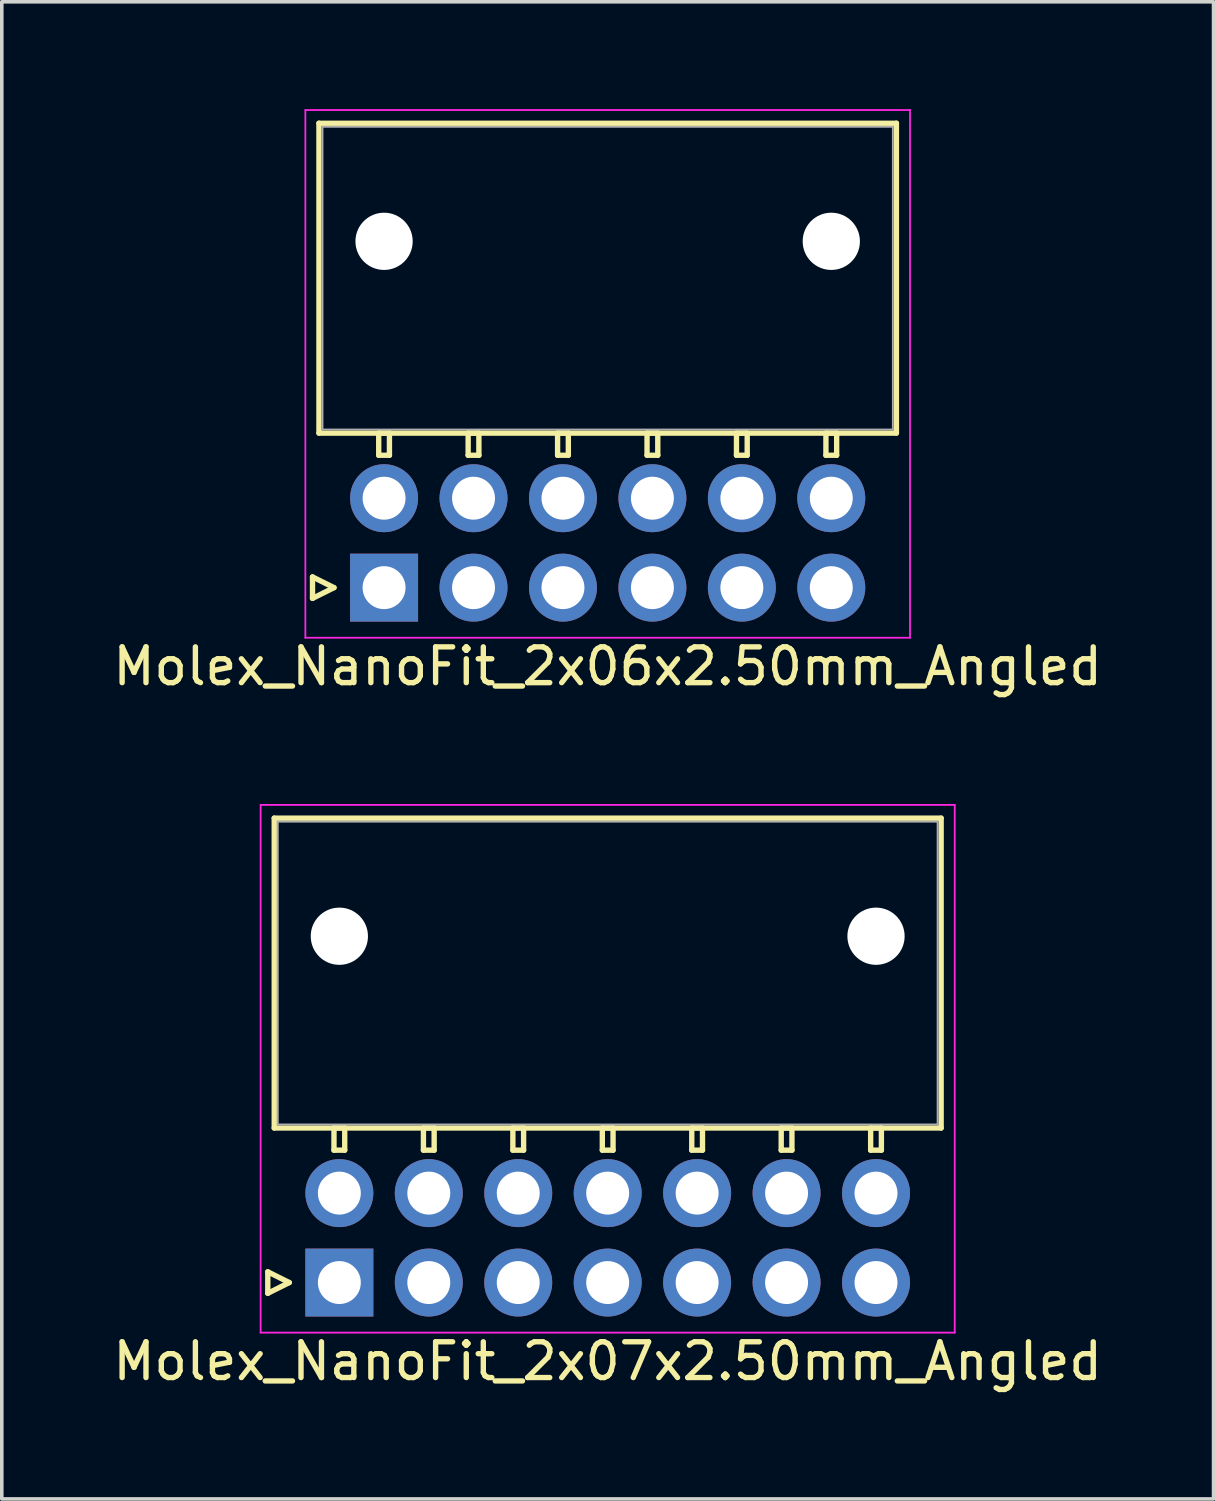
<source format=kicad_pcb>
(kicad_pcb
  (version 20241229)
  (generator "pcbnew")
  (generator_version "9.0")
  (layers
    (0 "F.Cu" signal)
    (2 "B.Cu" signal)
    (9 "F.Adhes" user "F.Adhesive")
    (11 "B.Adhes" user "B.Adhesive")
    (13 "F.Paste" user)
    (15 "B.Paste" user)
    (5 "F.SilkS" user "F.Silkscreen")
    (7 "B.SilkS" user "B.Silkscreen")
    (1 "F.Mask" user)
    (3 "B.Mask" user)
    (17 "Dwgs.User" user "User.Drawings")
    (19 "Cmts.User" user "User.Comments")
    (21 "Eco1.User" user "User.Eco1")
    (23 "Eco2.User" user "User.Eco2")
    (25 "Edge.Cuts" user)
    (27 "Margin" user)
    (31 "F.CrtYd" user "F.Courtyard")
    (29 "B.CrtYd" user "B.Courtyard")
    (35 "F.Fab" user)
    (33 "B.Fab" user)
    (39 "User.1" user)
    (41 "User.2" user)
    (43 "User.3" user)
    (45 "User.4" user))
  (footprint "Molex_NanoFit_2x06x2.50mm_Angled"
    (layer "F.Cu")
    (at 7.685 13.375)
    (property "Reference" "Molex_NanoFit_2x06x2.50mm_Angled" (at 6.25 2.2 0) (layer "F.SilkS") (effects (font (size 1 1) (thickness 0.15))))
    (attr through_hole)
    (fp_line (start -2 -0.3) (end -1.4 0) (stroke (width 0.15) (type solid)) (layer "F.SilkS"))
    (fp_line (start -2 0.3) (end -2 -0.3) (stroke (width 0.15) (type solid)) (layer "F.SilkS"))
    (fp_line (start -1.82 -12.98) (end -1.82 -4.32) (stroke (width 0.15) (type solid)) (layer "F.SilkS"))
    (fp_line (start -1.82 -4.32) (end 14.32 -4.32) (stroke (width 0.15) (type solid)) (layer "F.SilkS"))
    (fp_line (start -1.4 0) (end -2 0.3) (stroke (width 0.15) (type solid)) (layer "F.SilkS"))
    (fp_line (start -0.15 -4.32) (end -0.15 -3.7) (stroke (width 0.15) (type solid)) (layer "F.SilkS"))
    (fp_line (start -0.15 -3.7) (end 0.15 -3.7) (stroke (width 0.15) (type solid)) (layer "F.SilkS"))
    (fp_line (start 0.15 -4.32) (end -0.15 -4.32) (stroke (width 0.15) (type solid)) (layer "F.SilkS"))
    (fp_line (start 0.15 -3.7) (end 0.15 -4.32) (stroke (width 0.15) (type solid)) (layer "F.SilkS"))
    (fp_line (start 2.35 -4.32) (end 2.35 -3.7) (stroke (width 0.15) (type solid)) (layer "F.SilkS"))
    (fp_line (start 2.35 -3.7) (end 2.65 -3.7) (stroke (width 0.15) (type solid)) (layer "F.SilkS"))
    (fp_line (start 2.65 -4.32) (end 2.35 -4.32) (stroke (width 0.15) (type solid)) (layer "F.SilkS"))
    (fp_line (start 2.65 -3.7) (end 2.65 -4.32) (stroke (width 0.15) (type solid)) (layer "F.SilkS"))
    (fp_line (start 4.85 -4.32) (end 4.85 -3.7) (stroke (width 0.15) (type solid)) (layer "F.SilkS"))
    (fp_line (start 4.85 -3.7) (end 5.15 -3.7) (stroke (width 0.15) (type solid)) (layer "F.SilkS"))
    (fp_line (start 5.15 -4.32) (end 4.85 -4.32) (stroke (width 0.15) (type solid)) (layer "F.SilkS"))
    (fp_line (start 5.15 -3.7) (end 5.15 -4.32) (stroke (width 0.15) (type solid)) (layer "F.SilkS"))
    (fp_line (start 7.35 -4.32) (end 7.35 -3.7) (stroke (width 0.15) (type solid)) (layer "F.SilkS"))
    (fp_line (start 7.35 -3.7) (end 7.65 -3.7) (stroke (width 0.15) (type solid)) (layer "F.SilkS"))
    (fp_line (start 7.65 -4.32) (end 7.35 -4.32) (stroke (width 0.15) (type solid)) (layer "F.SilkS"))
    (fp_line (start 7.65 -3.7) (end 7.65 -4.32) (stroke (width 0.15) (type solid)) (layer "F.SilkS"))
    (fp_line (start 9.85 -4.32) (end 9.85 -3.7) (stroke (width 0.15) (type solid)) (layer "F.SilkS"))
    (fp_line (start 9.85 -3.7) (end 10.15 -3.7) (stroke (width 0.15) (type solid)) (layer "F.SilkS"))
    (fp_line (start 10.15 -4.32) (end 9.85 -4.32) (stroke (width 0.15) (type solid)) (layer "F.SilkS"))
    (fp_line (start 10.15 -3.7) (end 10.15 -4.32) (stroke (width 0.15) (type solid)) (layer "F.SilkS"))
    (fp_line (start 12.35 -4.32) (end 12.35 -3.7) (stroke (width 0.15) (type solid)) (layer "F.SilkS"))
    (fp_line (start 12.35 -3.7) (end 12.65 -3.7) (stroke (width 0.15) (type solid)) (layer "F.SilkS"))
    (fp_line (start 12.65 -4.32) (end 12.35 -4.32) (stroke (width 0.15) (type solid)) (layer "F.SilkS"))
    (fp_line (start 12.65 -3.7) (end 12.65 -4.32) (stroke (width 0.15) (type solid)) (layer "F.SilkS"))
    (fp_line (start 14.32 -12.98) (end -1.82 -12.98) (stroke (width 0.15) (type solid)) (layer "F.SilkS"))
    (fp_line (start 14.32 -4.32) (end 14.32 -12.98) (stroke (width 0.15) (type solid)) (layer "F.SilkS"))
    (fp_line (start -2.2 -13.35) (end -2.2 1.4) (stroke (width 0.05) (type solid)) (layer "F.CrtYd"))
    (fp_line (start -2.2 1.4) (end 14.7 1.4) (stroke (width 0.05) (type solid)) (layer "F.CrtYd"))
    (fp_line (start 14.7 -13.35) (end -2.2 -13.35) (stroke (width 0.05) (type solid)) (layer "F.CrtYd"))
    (fp_line (start 14.7 1.4) (end 14.7 -13.35) (stroke (width 0.05) (type solid)) (layer "F.CrtYd"))
    (fp_line (start -1.72 -12.88) (end -1.72 -4.42) (stroke (width 0.05) (type solid)) (layer "F.Fab"))
    (fp_line (start -1.72 -4.42) (end 14.22 -4.42) (stroke (width 0.05) (type solid)) (layer "F.Fab"))
    (fp_line (start 14.22 -12.88) (end -1.72 -12.88) (stroke (width 0.05) (type solid)) (layer "F.Fab"))
    (fp_line (start 14.22 -4.42) (end 14.22 -12.88) (stroke (width 0.05) (type solid)) (layer "F.Fab"))
    (pad "" np_thru_hole circle (at 0 -9.68) (size 1.6 1.6) (drill 1.6) (layers "*.Cu"))
    (pad "" np_thru_hole circle (at 12.5 -9.68) (size 1.6 1.6) (drill 1.6) (layers "*.Cu"))
    (pad "1" thru_hole rect (at 0 0) (size 1.9 1.9) (drill 1.2) (layers "*.Cu" "*.Mask"))
    (pad "2" thru_hole circle (at 2.5 0) (size 1.9 1.9) (drill 1.2) (layers "*.Cu" "*.Mask"))
    (pad "3" thru_hole circle (at 5 0) (size 1.9 1.9) (drill 1.2) (layers "*.Cu" "*.Mask"))
    (pad "4" thru_hole circle (at 7.5 0) (size 1.9 1.9) (drill 1.2) (layers "*.Cu" "*.Mask"))
    (pad "5" thru_hole circle (at 10 0) (size 1.9 1.9) (drill 1.2) (layers "*.Cu" "*.Mask"))
    (pad "6" thru_hole circle (at 12.5 0) (size 1.9 1.9) (drill 1.2) (layers "*.Cu" "*.Mask"))
    (pad "7" thru_hole circle (at 0 -2.5) (size 1.9 1.9) (drill 1.2) (layers "*.Cu" "*.Mask"))
    (pad "8" thru_hole circle (at 2.5 -2.5) (size 1.9 1.9) (drill 1.2) (layers "*.Cu" "*.Mask"))
    (pad "9" thru_hole circle (at 5 -2.5) (size 1.9 1.9) (drill 1.2) (layers "*.Cu" "*.Mask"))
    (pad "10" thru_hole circle (at 7.5 -2.5) (size 1.9 1.9) (drill 1.2) (layers "*.Cu" "*.Mask"))
    (pad "11" thru_hole circle (at 10 -2.5) (size 1.9 1.9) (drill 1.2) (layers "*.Cu" "*.Mask"))
    (pad "12" thru_hole circle (at 12.5 -2.5) (size 1.9 1.9) (drill 1.2) (layers "*.Cu" "*.Mask")))
  (footprint "Molex_NanoFit_2x07x2.50mm_Angled"
    (layer "F.Cu")
    (at 6.435 32.798)
    (property "Reference" "Molex_NanoFit_2x07x2.50mm_Angled" (at 7.5 2.2 0) (layer "F.SilkS") (effects (font (size 1 1) (thickness 0.15))))
    (attr through_hole)
    (fp_line (start -2 -0.3) (end -1.4 0) (stroke (width 0.15) (type solid)) (layer "F.SilkS"))
    (fp_line (start -2 0.3) (end -2 -0.3) (stroke (width 0.15) (type solid)) (layer "F.SilkS"))
    (fp_line (start -1.82 -12.98) (end -1.82 -4.32) (stroke (width 0.15) (type solid)) (layer "F.SilkS"))
    (fp_line (start -1.82 -4.32) (end 16.82 -4.32) (stroke (width 0.15) (type solid)) (layer "F.SilkS"))
    (fp_line (start -1.4 0) (end -2 0.3) (stroke (width 0.15) (type solid)) (layer "F.SilkS"))
    (fp_line (start -0.15 -4.32) (end -0.15 -3.7) (stroke (width 0.15) (type solid)) (layer "F.SilkS"))
    (fp_line (start -0.15 -3.7) (end 0.15 -3.7) (stroke (width 0.15) (type solid)) (layer "F.SilkS"))
    (fp_line (start 0.15 -4.32) (end -0.15 -4.32) (stroke (width 0.15) (type solid)) (layer "F.SilkS"))
    (fp_line (start 0.15 -3.7) (end 0.15 -4.32) (stroke (width 0.15) (type solid)) (layer "F.SilkS"))
    (fp_line (start 2.35 -4.32) (end 2.35 -3.7) (stroke (width 0.15) (type solid)) (layer "F.SilkS"))
    (fp_line (start 2.35 -3.7) (end 2.65 -3.7) (stroke (width 0.15) (type solid)) (layer "F.SilkS"))
    (fp_line (start 2.65 -4.32) (end 2.35 -4.32) (stroke (width 0.15) (type solid)) (layer "F.SilkS"))
    (fp_line (start 2.65 -3.7) (end 2.65 -4.32) (stroke (width 0.15) (type solid)) (layer "F.SilkS"))
    (fp_line (start 4.85 -4.32) (end 4.85 -3.7) (stroke (width 0.15) (type solid)) (layer "F.SilkS"))
    (fp_line (start 4.85 -3.7) (end 5.15 -3.7) (stroke (width 0.15) (type solid)) (layer "F.SilkS"))
    (fp_line (start 5.15 -4.32) (end 4.85 -4.32) (stroke (width 0.15) (type solid)) (layer "F.SilkS"))
    (fp_line (start 5.15 -3.7) (end 5.15 -4.32) (stroke (width 0.15) (type solid)) (layer "F.SilkS"))
    (fp_line (start 7.35 -4.32) (end 7.35 -3.7) (stroke (width 0.15) (type solid)) (layer "F.SilkS"))
    (fp_line (start 7.35 -3.7) (end 7.65 -3.7) (stroke (width 0.15) (type solid)) (layer "F.SilkS"))
    (fp_line (start 7.65 -4.32) (end 7.35 -4.32) (stroke (width 0.15) (type solid)) (layer "F.SilkS"))
    (fp_line (start 7.65 -3.7) (end 7.65 -4.32) (stroke (width 0.15) (type solid)) (layer "F.SilkS"))
    (fp_line (start 9.85 -4.32) (end 9.85 -3.7) (stroke (width 0.15) (type solid)) (layer "F.SilkS"))
    (fp_line (start 9.85 -3.7) (end 10.15 -3.7) (stroke (width 0.15) (type solid)) (layer "F.SilkS"))
    (fp_line (start 10.15 -4.32) (end 9.85 -4.32) (stroke (width 0.15) (type solid)) (layer "F.SilkS"))
    (fp_line (start 10.15 -3.7) (end 10.15 -4.32) (stroke (width 0.15) (type solid)) (layer "F.SilkS"))
    (fp_line (start 12.35 -4.32) (end 12.35 -3.7) (stroke (width 0.15) (type solid)) (layer "F.SilkS"))
    (fp_line (start 12.35 -3.7) (end 12.65 -3.7) (stroke (width 0.15) (type solid)) (layer "F.SilkS"))
    (fp_line (start 12.65 -4.32) (end 12.35 -4.32) (stroke (width 0.15) (type solid)) (layer "F.SilkS"))
    (fp_line (start 12.65 -3.7) (end 12.65 -4.32) (stroke (width 0.15) (type solid)) (layer "F.SilkS"))
    (fp_line (start 14.85 -4.32) (end 14.85 -3.7) (stroke (width 0.15) (type solid)) (layer "F.SilkS"))
    (fp_line (start 14.85 -3.7) (end 15.15 -3.7) (stroke (width 0.15) (type solid)) (layer "F.SilkS"))
    (fp_line (start 15.15 -4.32) (end 14.85 -4.32) (stroke (width 0.15) (type solid)) (layer "F.SilkS"))
    (fp_line (start 15.15 -3.7) (end 15.15 -4.32) (stroke (width 0.15) (type solid)) (layer "F.SilkS"))
    (fp_line (start 16.82 -12.98) (end -1.82 -12.98) (stroke (width 0.15) (type solid)) (layer "F.SilkS"))
    (fp_line (start 16.82 -4.32) (end 16.82 -12.98) (stroke (width 0.15) (type solid)) (layer "F.SilkS"))
    (fp_line (start -2.2 -13.35) (end -2.2 1.4) (stroke (width 0.05) (type solid)) (layer "F.CrtYd"))
    (fp_line (start -2.2 1.4) (end 17.2 1.4) (stroke (width 0.05) (type solid)) (layer "F.CrtYd"))
    (fp_line (start 17.2 -13.35) (end -2.2 -13.35) (stroke (width 0.05) (type solid)) (layer "F.CrtYd"))
    (fp_line (start 17.2 1.4) (end 17.2 -13.35) (stroke (width 0.05) (type solid)) (layer "F.CrtYd"))
    (fp_line (start -1.72 -12.88) (end -1.72 -4.42) (stroke (width 0.05) (type solid)) (layer "F.Fab"))
    (fp_line (start -1.72 -4.42) (end 16.72 -4.42) (stroke (width 0.05) (type solid)) (layer "F.Fab"))
    (fp_line (start 16.72 -12.88) (end -1.72 -12.88) (stroke (width 0.05) (type solid)) (layer "F.Fab"))
    (fp_line (start 16.72 -4.42) (end 16.72 -12.88) (stroke (width 0.05) (type solid)) (layer "F.Fab"))
    (pad "" np_thru_hole circle (at 0 -9.68) (size 1.6 1.6) (drill 1.6) (layers "*.Cu"))
    (pad "" np_thru_hole circle (at 15 -9.68) (size 1.6 1.6) (drill 1.6) (layers "*.Cu"))
    (pad "1" thru_hole rect (at 0 0) (size 1.9 1.9) (drill 1.2) (layers "*.Cu" "*.Mask"))
    (pad "2" thru_hole circle (at 2.5 0) (size 1.9 1.9) (drill 1.2) (layers "*.Cu" "*.Mask"))
    (pad "3" thru_hole circle (at 5 0) (size 1.9 1.9) (drill 1.2) (layers "*.Cu" "*.Mask"))
    (pad "4" thru_hole circle (at 7.5 0) (size 1.9 1.9) (drill 1.2) (layers "*.Cu" "*.Mask"))
    (pad "5" thru_hole circle (at 10 0) (size 1.9 1.9) (drill 1.2) (layers "*.Cu" "*.Mask"))
    (pad "6" thru_hole circle (at 12.5 0) (size 1.9 1.9) (drill 1.2) (layers "*.Cu" "*.Mask"))
    (pad "7" thru_hole circle (at 15 0) (size 1.9 1.9) (drill 1.2) (layers "*.Cu" "*.Mask"))
    (pad "8" thru_hole circle (at 0 -2.5) (size 1.9 1.9) (drill 1.2) (layers "*.Cu" "*.Mask"))
    (pad "9" thru_hole circle (at 2.5 -2.5) (size 1.9 1.9) (drill 1.2) (layers "*.Cu" "*.Mask"))
    (pad "10" thru_hole circle (at 5 -2.5) (size 1.9 1.9) (drill 1.2) (layers "*.Cu" "*.Mask"))
    (pad "11" thru_hole circle (at 7.5 -2.5) (size 1.9 1.9) (drill 1.2) (layers "*.Cu" "*.Mask"))
    (pad "12" thru_hole circle (at 10 -2.5) (size 1.9 1.9) (drill 1.2) (layers "*.Cu" "*.Mask"))
    (pad "13" thru_hole circle (at 12.5 -2.5) (size 1.9 1.9) (drill 1.2) (layers "*.Cu" "*.Mask"))
    (pad "14" thru_hole circle (at 15 -2.5) (size 1.9 1.9) (drill 1.2) (layers "*.Cu" "*.Mask")))
  (gr_rect
    (start -3 -3)
    (end 30.869 38.846)
    (stroke (width 0.1) (type default))
    (fill no)
    (layer "Edge.Cuts")))
</source>
